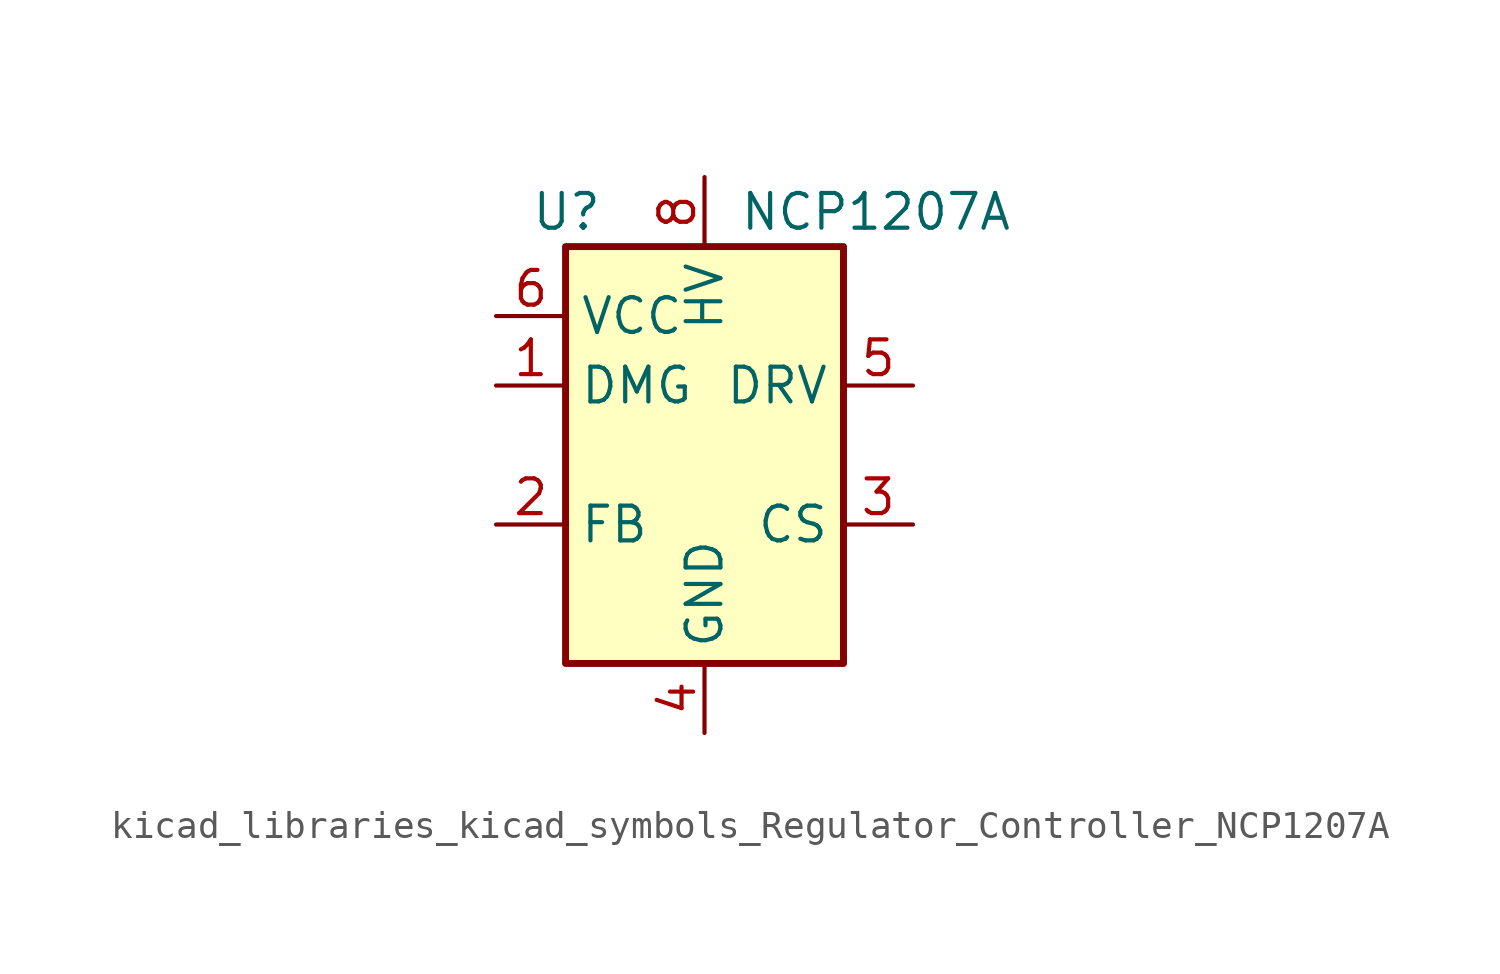
<source format=kicad_sym>
(kicad_symbol_lib
  (version 20220914)
  (generator kicad_symbol_editor)
  (symbol "kicad_libraries_kicad_symbols_Regulator_Controller_NCP1207A"
    (property "Reference" "U"
      (at -6.35 8.89 0)
      (effects (font (size 1.27 1.27)) (justify left)))
    (property "Value" "NCP1207A"
      (at 1.27 8.89 0)
      (effects (font (size 1.27 1.27)) (justify left)))
    (symbol "kicad_libraries_kicad_symbols_Regulator_Controller_NCP1207A_0_0"
      (rectangle (start -5.08 7.62) (end 5.08 -7.62) (stroke (width 0.254) (type default)) (fill (type background))))
    (symbol "kicad_libraries_kicad_symbols_Regulator_Controller_NCP1207A_1_1"
      (pin input line (at -7.62 2.54 0) (length 2.54) (name "DMG" (effects (font (size 1.27 1.27)))) (number "1" (effects (font (size 1.27 1.27)))))
      (pin input line (at -7.62 -2.54 0) (length 2.54) (name "FB" (effects (font (size 1.27 1.27)))) (number "2" (effects (font (size 1.27 1.27)))))
      (pin input line (at 7.62 -2.54 180) (length 2.54) (name "CS" (effects (font (size 1.27 1.27)))) (number "3" (effects (font (size 1.27 1.27)))))
      (pin power_in line (at 0 -10.16 90) (length 2.54) (name "GND" (effects (font (size 1.27 1.27)))) (number "4" (effects (font (size 1.27 1.27)))))
      (pin output line (at 7.62 2.54 180) (length 2.54) (name "DRV" (effects (font (size 1.27 1.27)))) (number "5" (effects (font (size 1.27 1.27)))))
      (pin power_in line (at -7.62 5.08 0) (length 2.54) (name "VCC" (effects (font (size 1.27 1.27)))) (number "6" (effects (font (size 1.27 1.27)))))
      (pin no_connect line (at -5.08 0 0) (length 2.54) hide (name "NC" (effects (font (size 1.27 1.27)))) (number "7" (effects (font (size 1.27 1.27)))))
      (pin input line (at 0 10.16 270) (length 2.54) (name "HV" (effects (font (size 1.27 1.27)))) (number "8" (effects (font (size 1.27 1.27))))))))
</source>
